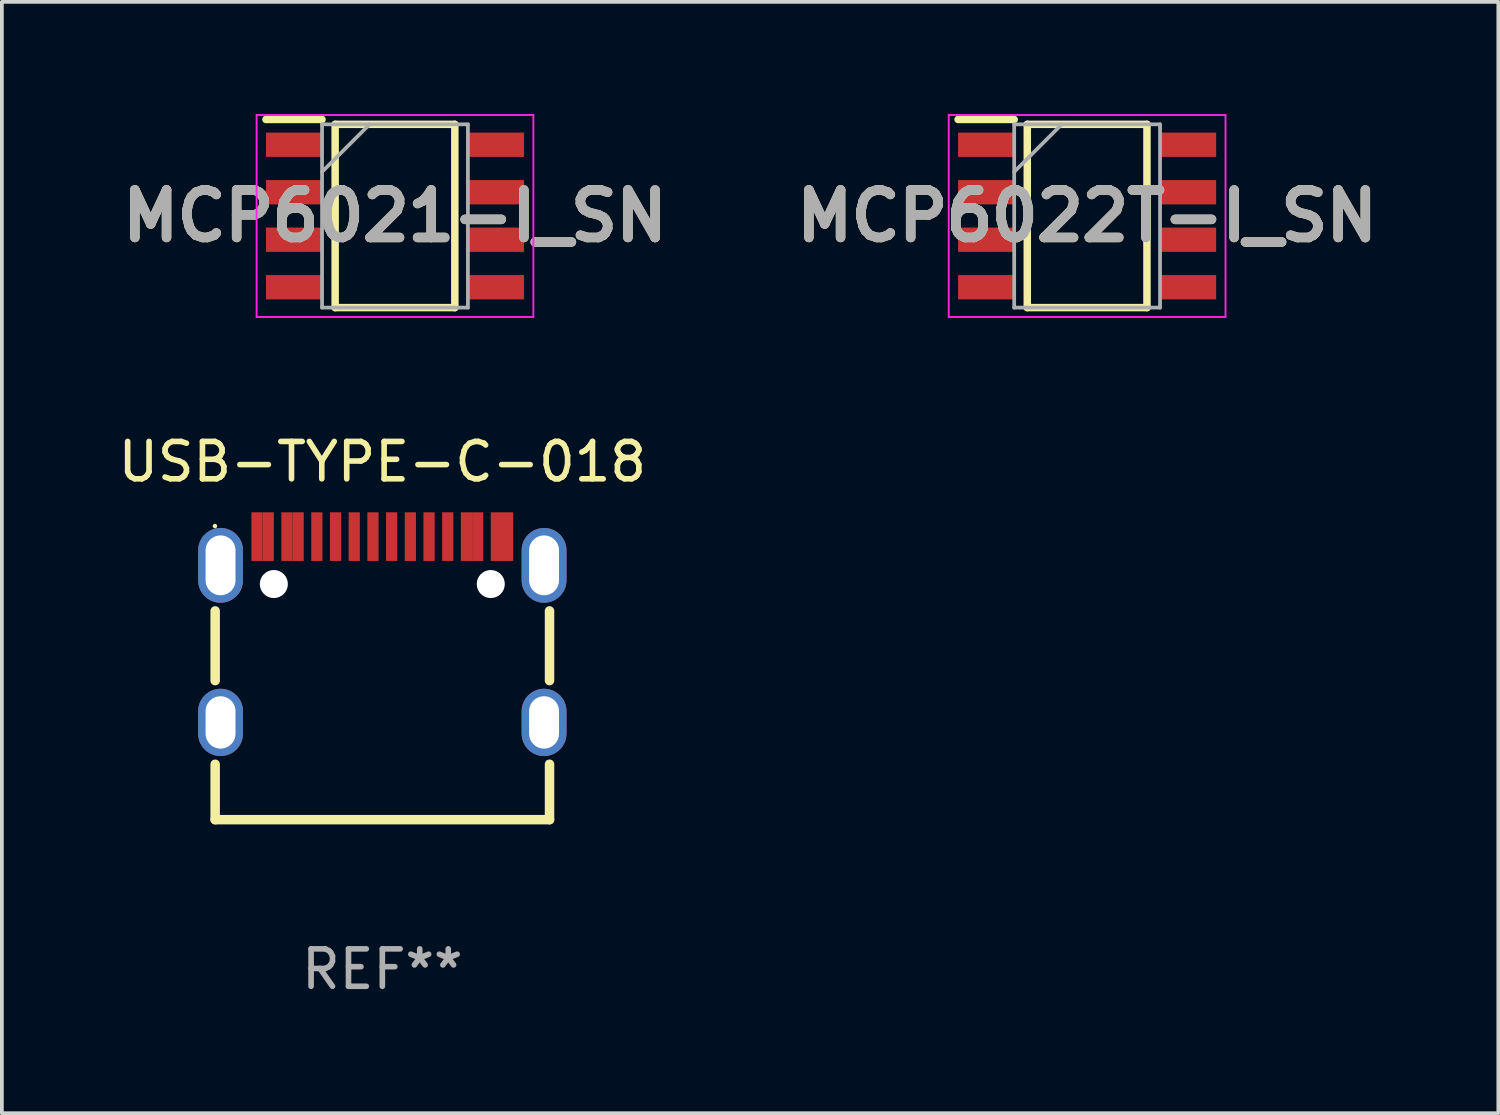
<source format=kicad_pcb>
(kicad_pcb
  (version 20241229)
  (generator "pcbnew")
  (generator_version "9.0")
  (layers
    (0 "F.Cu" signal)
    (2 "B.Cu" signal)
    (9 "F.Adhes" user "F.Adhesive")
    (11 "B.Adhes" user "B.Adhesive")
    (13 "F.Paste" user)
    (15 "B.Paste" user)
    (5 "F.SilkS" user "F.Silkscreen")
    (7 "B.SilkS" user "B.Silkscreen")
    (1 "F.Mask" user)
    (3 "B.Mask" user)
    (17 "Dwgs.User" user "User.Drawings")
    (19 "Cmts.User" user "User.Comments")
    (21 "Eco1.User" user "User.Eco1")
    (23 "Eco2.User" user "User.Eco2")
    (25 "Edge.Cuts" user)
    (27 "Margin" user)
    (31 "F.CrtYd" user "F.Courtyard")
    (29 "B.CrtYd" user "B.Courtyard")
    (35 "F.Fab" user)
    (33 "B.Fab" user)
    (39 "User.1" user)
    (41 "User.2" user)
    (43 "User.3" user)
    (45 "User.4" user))
  (footprint "USB-TYPE-C-018"
    (layer "F.Cu")
    (at 7.173 15.082)
    (property "Reference" "USB-TYPE-C-018" (at 0 -5.784 0) (layer "F.SilkS") (effects (font (size 1 1) (thickness 0.15))))
    (attr through_hole)
    (fp_line (start -4.47 0.066) (end -4.47 -1.797) (stroke (width 0.254) (type solid)) (layer "F.SilkS"))
    (fp_line (start -4.47 3.784) (end -4.47 2.303) (stroke (width 0.254) (type solid)) (layer "F.SilkS"))
    (fp_line (start 4.47 0.066) (end 4.47 -1.798) (stroke (width 0.254) (type solid)) (layer "F.SilkS"))
    (fp_line (start 4.47 3.784) (end -4.47 3.784) (stroke (width 0.254) (type solid)) (layer "F.SilkS"))
    (fp_line (start 4.47 3.784) (end 4.47 2.302) (stroke (width 0.254) (type solid)) (layer "F.SilkS"))
    (fp_circle (center -4.476 -4.066) (end -4.446 -4.066) (stroke (width 0.06) (type solid)) (fill no) (layer "F.SilkS"))
    (fp_circle (center -2.901 -2.516) (end -2.776 -2.516) (stroke (width 0.25) (type solid)) (fill no) (layer "F.Fab"))
    (fp_circle (center 2.899 -2.516) (end 3.024 -2.516) (stroke (width 0.25) (type solid)) (fill no) (layer "F.Fab"))
    (fp_text user "REF**" (at 0 7.784 0) (layer "F.Fab") (effects (font (size 1 1) (thickness 0.15))))
    (pad "" np_thru_hole circle (at -2.901 -2.516) (size 0.75 0.75) (drill 0.75) (layers "*.Cu" "*.Mask"))
    (pad "" np_thru_hole circle (at 2.899 -2.516) (size 0.75 0.75) (drill 0.75) (layers "*.Cu" "*.Mask"))
    (pad "0" thru_hole oval (at -4.326 -3.016) (size 1.2 2) (drill oval 0.8 1.6) (layers "*.Cu" "*.Mask"))
    (pad "1" thru_hole oval (at 4.324 -3.016) (size 1.2 2) (drill oval 0.8 1.6) (layers "*.Cu" "*.Mask"))
    (pad "2" thru_hole oval (at 4.324 1.184) (size 1.2 1.8) (drill oval 0.8 1.4) (layers "*.Cu" "*.Mask"))
    (pad "3" thru_hole oval (at -4.326 1.184) (size 1.2 1.8) (drill oval 0.8 1.4) (layers "*.Cu" "*.Mask"))
    (pad "A1" smd rect (at -3.351 -3.784) (size 0.3 1.3) (layers "F.Cu" "F.Mask" "F.Paste"))
    (pad "A4" smd rect (at -2.551 -3.784) (size 0.3 1.3) (layers "F.Cu" "F.Mask" "F.Paste"))
    (pad "A5" smd rect (at -1.251 -3.784) (size 0.3 1.3) (layers "F.Cu" "F.Mask" "F.Paste"))
    (pad "A6" smd rect (at -0.251 -3.784) (size 0.3 1.3) (layers "F.Cu" "F.Mask" "F.Paste"))
    (pad "A7" smd rect (at 0.249 -3.784) (size 0.3 1.3) (layers "F.Cu" "F.Mask" "F.Paste"))
    (pad "A8" smd rect (at 1.249 -3.784) (size 0.3 1.3) (layers "F.Cu" "F.Mask" "F.Paste"))
    (pad "A9" smd rect (at 2.549 -3.784) (size 0.3 1.3) (layers "F.Cu" "F.Mask" "F.Paste"))
    (pad "A12" smd rect (at 3.349 -3.784) (size 0.3 1.3) (layers "F.Cu" "F.Mask" "F.Paste"))
    (pad "B1" smd rect (at 3.049 -3.784) (size 0.3 1.3) (layers "F.Cu" "F.Mask" "F.Paste"))
    (pad "B4" smd rect (at 2.249 -3.784) (size 0.3 1.3) (layers "F.Cu" "F.Mask" "F.Paste"))
    (pad "B5" smd rect (at 1.749 -3.784) (size 0.3 1.3) (layers "F.Cu" "F.Mask" "F.Paste"))
    (pad "B6" smd rect (at 0.749 -3.784) (size 0.3 1.3) (layers "F.Cu" "F.Mask" "F.Paste"))
    (pad "B7" smd rect (at -0.751 -3.784) (size 0.3 1.3) (layers "F.Cu" "F.Mask" "F.Paste"))
    (pad "B8" smd rect (at -1.751 -3.784) (size 0.3 1.3) (layers "F.Cu" "F.Mask" "F.Paste"))
    (pad "B9" smd rect (at -2.251 -3.784) (size 0.3 1.3) (layers "F.Cu" "F.Mask" "F.Paste"))
    (pad "B12" smd rect (at -3.051 -3.784) (size 0.3 1.3) (layers "F.Cu" "F.Mask" "F.Paste")))
  (footprint "MCP6022T-I_SN"
    (layer "F.Cu")
    (at 26.017 2.725)
    (property "Reference" "MCP6022T-I_SN" (at 0 0 0) (layer "F.SilkS") (effects (font (size 1.27 1.27) (thickness 0.254))))
    (attr smd)
    (fp_line (start -3.45 -2.58) (end -1.95 -2.58) (stroke (width 0.2) (type solid)) (layer "F.SilkS"))
    (fp_line (start -1.6 -2.45) (end 1.6 -2.45) (stroke (width 0.2) (type solid)) (layer "F.SilkS"))
    (fp_line (start -1.6 2.45) (end -1.6 -2.45) (stroke (width 0.2) (type solid)) (layer "F.SilkS"))
    (fp_line (start 1.6 -2.45) (end 1.6 2.45) (stroke (width 0.2) (type solid)) (layer "F.SilkS"))
    (fp_line (start 1.6 2.45) (end -1.6 2.45) (stroke (width 0.2) (type solid)) (layer "F.SilkS"))
    (fp_line (start -3.7 -2.7) (end 3.7 -2.7) (stroke (width 0.05) (type solid)) (layer "F.CrtYd"))
    (fp_line (start -3.7 2.7) (end -3.7 -2.7) (stroke (width 0.05) (type solid)) (layer "F.CrtYd"))
    (fp_line (start 3.7 -2.7) (end 3.7 2.7) (stroke (width 0.05) (type solid)) (layer "F.CrtYd"))
    (fp_line (start 3.7 2.7) (end -3.7 2.7) (stroke (width 0.05) (type solid)) (layer "F.CrtYd"))
    (fp_line (start -1.95 -2.45) (end 1.95 -2.45) (stroke (width 0.1) (type solid)) (layer "F.Fab"))
    (fp_line (start -1.95 -1.18) (end -0.68 -2.45) (stroke (width 0.1) (type solid)) (layer "F.Fab"))
    (fp_line (start -1.95 2.45) (end -1.95 -2.45) (stroke (width 0.1) (type solid)) (layer "F.Fab"))
    (fp_line (start 1.95 -2.45) (end 1.95 2.45) (stroke (width 0.1) (type solid)) (layer "F.Fab"))
    (fp_line (start 1.95 2.45) (end -1.95 2.45) (stroke (width 0.1) (type solid)) (layer "F.Fab"))
    (fp_text user "${REFERENCE}" (at 0 0 0) (layer "F.Fab") (effects (font (size 1.27 1.27) (thickness 0.254))))
    (pad "1" smd rect (at -2.7 -1.905 90) (size 0.65 1.5) (layers "F.Cu" "F.Mask" "F.Paste"))
    (pad "2" smd rect (at -2.7 -0.635 90) (size 0.65 1.5) (layers "F.Cu" "F.Mask" "F.Paste"))
    (pad "3" smd rect (at -2.7 0.635 90) (size 0.65 1.5) (layers "F.Cu" "F.Mask" "F.Paste"))
    (pad "4" smd rect (at -2.7 1.905 90) (size 0.65 1.5) (layers "F.Cu" "F.Mask" "F.Paste"))
    (pad "5" smd rect (at 2.7 1.905 90) (size 0.65 1.5) (layers "F.Cu" "F.Mask" "F.Paste"))
    (pad "6" smd rect (at 2.7 0.635 90) (size 0.65 1.5) (layers "F.Cu" "F.Mask" "F.Paste"))
    (pad "7" smd rect (at 2.7 -0.635 90) (size 0.65 1.5) (layers "F.Cu" "F.Mask" "F.Paste"))
    (pad "8" smd rect (at 2.7 -1.905 90) (size 0.65 1.5) (layers "F.Cu" "F.Mask" "F.Paste")))
  (footprint "MCP6021-I_SN"
    (layer "F.Cu")
    (at 7.511 2.725)
    (property "Reference" "MCP6021-I_SN" (at 0 0 0) (layer "F.SilkS") (effects (font (size 1.27 1.27) (thickness 0.254))))
    (attr smd)
    (fp_line (start -3.45 -2.58) (end -1.95 -2.58) (stroke (width 0.2) (type solid)) (layer "F.SilkS"))
    (fp_line (start -1.6 -2.45) (end 1.6 -2.45) (stroke (width 0.2) (type solid)) (layer "F.SilkS"))
    (fp_line (start -1.6 2.45) (end -1.6 -2.45) (stroke (width 0.2) (type solid)) (layer "F.SilkS"))
    (fp_line (start 1.6 -2.45) (end 1.6 2.45) (stroke (width 0.2) (type solid)) (layer "F.SilkS"))
    (fp_line (start 1.6 2.45) (end -1.6 2.45) (stroke (width 0.2) (type solid)) (layer "F.SilkS"))
    (fp_line (start -3.7 -2.7) (end 3.7 -2.7) (stroke (width 0.05) (type solid)) (layer "F.CrtYd"))
    (fp_line (start -3.7 2.7) (end -3.7 -2.7) (stroke (width 0.05) (type solid)) (layer "F.CrtYd"))
    (fp_line (start 3.7 -2.7) (end 3.7 2.7) (stroke (width 0.05) (type solid)) (layer "F.CrtYd"))
    (fp_line (start 3.7 2.7) (end -3.7 2.7) (stroke (width 0.05) (type solid)) (layer "F.CrtYd"))
    (fp_line (start -1.95 -2.45) (end 1.95 -2.45) (stroke (width 0.1) (type solid)) (layer "F.Fab"))
    (fp_line (start -1.95 -1.18) (end -0.68 -2.45) (stroke (width 0.1) (type solid)) (layer "F.Fab"))
    (fp_line (start -1.95 2.45) (end -1.95 -2.45) (stroke (width 0.1) (type solid)) (layer "F.Fab"))
    (fp_line (start 1.95 -2.45) (end 1.95 2.45) (stroke (width 0.1) (type solid)) (layer "F.Fab"))
    (fp_line (start 1.95 2.45) (end -1.95 2.45) (stroke (width 0.1) (type solid)) (layer "F.Fab"))
    (fp_text user "${REFERENCE}" (at 0 0 0) (layer "F.Fab") (effects (font (size 1.27 1.27) (thickness 0.254))))
    (pad "1" smd rect (at -2.7 -1.905 90) (size 0.65 1.5) (layers "F.Cu" "F.Mask" "F.Paste"))
    (pad "2" smd rect (at -2.7 -0.635 90) (size 0.65 1.5) (layers "F.Cu" "F.Mask" "F.Paste"))
    (pad "3" smd rect (at -2.7 0.635 90) (size 0.65 1.5) (layers "F.Cu" "F.Mask" "F.Paste"))
    (pad "4" smd rect (at -2.7 1.905 90) (size 0.65 1.5) (layers "F.Cu" "F.Mask" "F.Paste"))
    (pad "5" smd rect (at 2.7 1.905 90) (size 0.65 1.5) (layers "F.Cu" "F.Mask" "F.Paste"))
    (pad "6" smd rect (at 2.7 0.635 90) (size 0.65 1.5) (layers "F.Cu" "F.Mask" "F.Paste"))
    (pad "7" smd rect (at 2.7 -0.635 90) (size 0.65 1.5) (layers "F.Cu" "F.Mask" "F.Paste"))
    (pad "8" smd rect (at 2.7 -1.905 90) (size 0.65 1.5) (layers "F.Cu" "F.Mask" "F.Paste")))
  (gr_rect
    (start -3 -3)
    (end 37.012 26.715)
    (stroke (width 0.1) (type default))
    (fill no)
    (layer "Edge.Cuts")))
</source>
